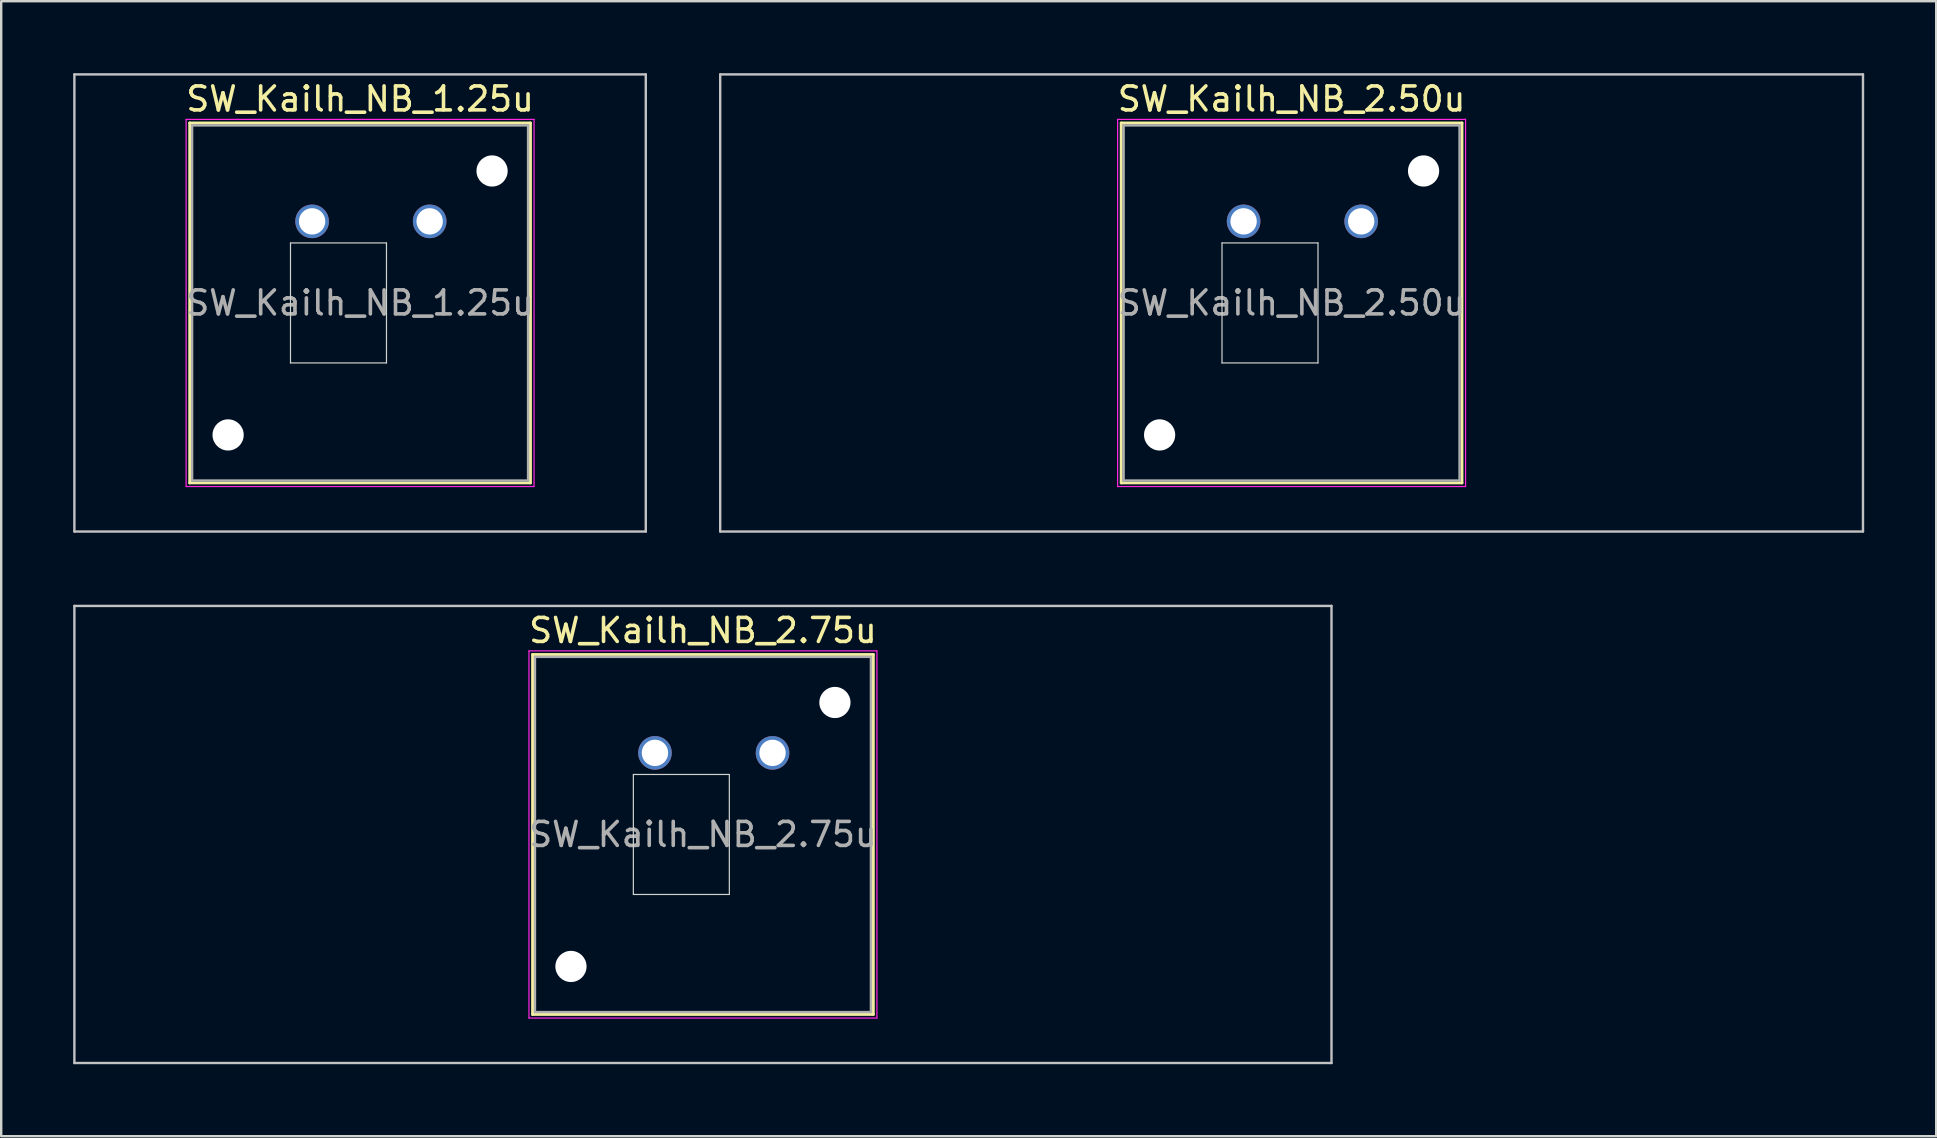
<source format=kicad_pcb>
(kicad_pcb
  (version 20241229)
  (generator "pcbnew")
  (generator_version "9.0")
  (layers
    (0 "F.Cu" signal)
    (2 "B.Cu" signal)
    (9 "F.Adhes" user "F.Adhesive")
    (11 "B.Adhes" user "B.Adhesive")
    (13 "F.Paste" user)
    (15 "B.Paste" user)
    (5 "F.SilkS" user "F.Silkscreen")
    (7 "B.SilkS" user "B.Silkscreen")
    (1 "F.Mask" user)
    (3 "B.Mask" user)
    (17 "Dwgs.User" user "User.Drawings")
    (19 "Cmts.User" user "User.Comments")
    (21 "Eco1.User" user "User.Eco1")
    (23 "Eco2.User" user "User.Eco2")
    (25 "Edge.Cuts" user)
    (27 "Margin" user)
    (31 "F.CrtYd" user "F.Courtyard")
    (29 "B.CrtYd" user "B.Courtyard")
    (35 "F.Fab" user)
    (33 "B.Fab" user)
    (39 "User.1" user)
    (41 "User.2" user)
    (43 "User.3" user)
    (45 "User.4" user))
  (footprint "SW_Kailh_NB_2.50u"
    (layer "F.Cu")
    (at 50.775 9.575)
    (property "Reference" "SW_Kailh_NB_2.50u" (at 0 -8.5 0) (layer "F.SilkS") (effects (font (size 1 1) (thickness 0.15))))
    (attr through_hole)
    (fp_line (start -7.1 -7.5) (end -7.1 7.5) (stroke (width 0.12) (type solid)) (layer "F.SilkS"))
    (fp_line (start -7.1 7.5) (end 7.1 7.5) (stroke (width 0.12) (type solid)) (layer "F.SilkS"))
    (fp_line (start 7.1 -7.5) (end -7.1 -7.5) (stroke (width 0.12) (type solid)) (layer "F.SilkS"))
    (fp_line (start 7.1 7.5) (end 7.1 -7.5) (stroke (width 0.12) (type solid)) (layer "F.SilkS"))
    (fp_line (start -23.812 -9.525) (end -23.812 9.525) (stroke (width 0.1) (type solid)) (layer "Dwgs.User"))
    (fp_line (start -23.812 9.525) (end 23.812 9.525) (stroke (width 0.1) (type solid)) (layer "Dwgs.User"))
    (fp_line (start 23.812 -9.525) (end -23.812 -9.525) (stroke (width 0.1) (type solid)) (layer "Dwgs.User"))
    (fp_line (start 23.812 9.525) (end 23.812 -9.525) (stroke (width 0.1) (type solid)) (layer "Dwgs.User"))
    (fp_line (start -2.9 -2.5) (end 1.1 -2.5) (stroke (width 0.05) (type solid)) (layer "Edge.Cuts"))
    (fp_line (start -2.9 2.5) (end -2.9 -2.5) (stroke (width 0.05) (type solid)) (layer "Edge.Cuts"))
    (fp_line (start 1.1 -2.5) (end 1.1 2.5) (stroke (width 0.05) (type solid)) (layer "Edge.Cuts"))
    (fp_line (start 1.1 2.5) (end -2.9 2.5) (stroke (width 0.05) (type solid)) (layer "Edge.Cuts"))
    (fp_line (start -7.25 -7.65) (end -7.25 7.65) (stroke (width 0.05) (type solid)) (layer "F.CrtYd"))
    (fp_line (start -7.25 7.65) (end 7.25 7.65) (stroke (width 0.05) (type solid)) (layer "F.CrtYd"))
    (fp_line (start 7.25 -7.65) (end -7.25 -7.65) (stroke (width 0.05) (type solid)) (layer "F.CrtYd"))
    (fp_line (start 7.25 7.65) (end 7.25 -7.65) (stroke (width 0.05) (type solid)) (layer "F.CrtYd"))
    (fp_line (start -7 -7.4) (end -7 7.4) (stroke (width 0.1) (type solid)) (layer "F.Fab"))
    (fp_line (start -7 7.4) (end 7 7.4) (stroke (width 0.1) (type solid)) (layer "F.Fab"))
    (fp_line (start 7 -7.4) (end -7 -7.4) (stroke (width 0.1) (type solid)) (layer "F.Fab"))
    (fp_line (start 7 7.4) (end 7 -7.4) (stroke (width 0.1) (type solid)) (layer "F.Fab"))
    (fp_text user "${REFERENCE}" (at 0 0 0) (layer "F.Fab") (effects (font (size 1 1) (thickness 0.15))))
    (pad "" np_thru_hole circle (at -5.5 5.5) (size 1.3 1.3) (drill 1.3) (layers "*.Cu" "*.Mask"))
    (pad "" smd circle (at -2 -3.4) (size 1.15 1.15) (layers "F.Mask"))
    (pad "" smd circle (at 2.9 -3.4) (size 1.15 1.15) (layers "F.Mask"))
    (pad "" np_thru_hole circle (at 5.5 -5.5) (size 1.3 1.3) (drill 1.3) (layers "*.Cu" "*.Mask"))
    (pad "1" thru_hole circle (at -2 -3.4) (size 1.4 1.4) (drill 1.1) (layers "*.Cu" "B.Mask"))
    (pad "2" thru_hole circle (at 2.9 -3.4) (size 1.4 1.4) (drill 1.1) (layers "*.Cu" "B.Mask")))
  (footprint "SW_Kailh_NB_1.25u"
    (layer "F.Cu")
    (at 11.956 9.575)
    (property "Reference" "SW_Kailh_NB_1.25u" (at 0 -8.5 0) (layer "F.SilkS") (effects (font (size 1 1) (thickness 0.15))))
    (attr through_hole)
    (fp_line (start -7.1 -7.5) (end -7.1 7.5) (stroke (width 0.12) (type solid)) (layer "F.SilkS"))
    (fp_line (start -7.1 7.5) (end 7.1 7.5) (stroke (width 0.12) (type solid)) (layer "F.SilkS"))
    (fp_line (start 7.1 -7.5) (end -7.1 -7.5) (stroke (width 0.12) (type solid)) (layer "F.SilkS"))
    (fp_line (start 7.1 7.5) (end 7.1 -7.5) (stroke (width 0.12) (type solid)) (layer "F.SilkS"))
    (fp_line (start -11.906 -9.525) (end -11.906 9.525) (stroke (width 0.1) (type solid)) (layer "Dwgs.User"))
    (fp_line (start -11.906 9.525) (end 11.906 9.525) (stroke (width 0.1) (type solid)) (layer "Dwgs.User"))
    (fp_line (start 11.906 -9.525) (end -11.906 -9.525) (stroke (width 0.1) (type solid)) (layer "Dwgs.User"))
    (fp_line (start 11.906 9.525) (end 11.906 -9.525) (stroke (width 0.1) (type solid)) (layer "Dwgs.User"))
    (fp_line (start -2.9 -2.5) (end 1.1 -2.5) (stroke (width 0.05) (type solid)) (layer "Edge.Cuts"))
    (fp_line (start -2.9 2.5) (end -2.9 -2.5) (stroke (width 0.05) (type solid)) (layer "Edge.Cuts"))
    (fp_line (start 1.1 -2.5) (end 1.1 2.5) (stroke (width 0.05) (type solid)) (layer "Edge.Cuts"))
    (fp_line (start 1.1 2.5) (end -2.9 2.5) (stroke (width 0.05) (type solid)) (layer "Edge.Cuts"))
    (fp_line (start -7.25 -7.65) (end -7.25 7.65) (stroke (width 0.05) (type solid)) (layer "F.CrtYd"))
    (fp_line (start -7.25 7.65) (end 7.25 7.65) (stroke (width 0.05) (type solid)) (layer "F.CrtYd"))
    (fp_line (start 7.25 -7.65) (end -7.25 -7.65) (stroke (width 0.05) (type solid)) (layer "F.CrtYd"))
    (fp_line (start 7.25 7.65) (end 7.25 -7.65) (stroke (width 0.05) (type solid)) (layer "F.CrtYd"))
    (fp_line (start -7 -7.4) (end -7 7.4) (stroke (width 0.1) (type solid)) (layer "F.Fab"))
    (fp_line (start -7 7.4) (end 7 7.4) (stroke (width 0.1) (type solid)) (layer "F.Fab"))
    (fp_line (start 7 -7.4) (end -7 -7.4) (stroke (width 0.1) (type solid)) (layer "F.Fab"))
    (fp_line (start 7 7.4) (end 7 -7.4) (stroke (width 0.1) (type solid)) (layer "F.Fab"))
    (fp_text user "${REFERENCE}" (at 0 0 0) (layer "F.Fab") (effects (font (size 1 1) (thickness 0.15))))
    (pad "" np_thru_hole circle (at -5.5 5.5) (size 1.3 1.3) (drill 1.3) (layers "*.Cu" "*.Mask"))
    (pad "" smd circle (at -2 -3.4) (size 1.15 1.15) (layers "F.Mask"))
    (pad "" smd circle (at 2.9 -3.4) (size 1.15 1.15) (layers "F.Mask"))
    (pad "" np_thru_hole circle (at 5.5 -5.5) (size 1.3 1.3) (drill 1.3) (layers "*.Cu" "*.Mask"))
    (pad "1" thru_hole circle (at -2 -3.4) (size 1.4 1.4) (drill 1.1) (layers "*.Cu" "B.Mask"))
    (pad "2" thru_hole circle (at 2.9 -3.4) (size 1.4 1.4) (drill 1.1) (layers "*.Cu" "B.Mask")))
  (footprint "SW_Kailh_NB_2.75u"
    (layer "F.Cu")
    (at 26.244 31.725)
    (property "Reference" "SW_Kailh_NB_2.75u" (at 0 -8.5 0) (layer "F.SilkS") (effects (font (size 1 1) (thickness 0.15))))
    (attr through_hole)
    (fp_line (start -7.1 -7.5) (end -7.1 7.5) (stroke (width 0.12) (type solid)) (layer "F.SilkS"))
    (fp_line (start -7.1 7.5) (end 7.1 7.5) (stroke (width 0.12) (type solid)) (layer "F.SilkS"))
    (fp_line (start 7.1 -7.5) (end -7.1 -7.5) (stroke (width 0.12) (type solid)) (layer "F.SilkS"))
    (fp_line (start 7.1 7.5) (end 7.1 -7.5) (stroke (width 0.12) (type solid)) (layer "F.SilkS"))
    (fp_line (start -26.194 -9.525) (end -26.194 9.525) (stroke (width 0.1) (type solid)) (layer "Dwgs.User"))
    (fp_line (start -26.194 9.525) (end 26.194 9.525) (stroke (width 0.1) (type solid)) (layer "Dwgs.User"))
    (fp_line (start 26.194 -9.525) (end -26.194 -9.525) (stroke (width 0.1) (type solid)) (layer "Dwgs.User"))
    (fp_line (start 26.194 9.525) (end 26.194 -9.525) (stroke (width 0.1) (type solid)) (layer "Dwgs.User"))
    (fp_line (start -2.9 -2.5) (end 1.1 -2.5) (stroke (width 0.05) (type solid)) (layer "Edge.Cuts"))
    (fp_line (start -2.9 2.5) (end -2.9 -2.5) (stroke (width 0.05) (type solid)) (layer "Edge.Cuts"))
    (fp_line (start 1.1 -2.5) (end 1.1 2.5) (stroke (width 0.05) (type solid)) (layer "Edge.Cuts"))
    (fp_line (start 1.1 2.5) (end -2.9 2.5) (stroke (width 0.05) (type solid)) (layer "Edge.Cuts"))
    (fp_line (start -7.25 -7.65) (end -7.25 7.65) (stroke (width 0.05) (type solid)) (layer "F.CrtYd"))
    (fp_line (start -7.25 7.65) (end 7.25 7.65) (stroke (width 0.05) (type solid)) (layer "F.CrtYd"))
    (fp_line (start 7.25 -7.65) (end -7.25 -7.65) (stroke (width 0.05) (type solid)) (layer "F.CrtYd"))
    (fp_line (start 7.25 7.65) (end 7.25 -7.65) (stroke (width 0.05) (type solid)) (layer "F.CrtYd"))
    (fp_line (start -7 -7.4) (end -7 7.4) (stroke (width 0.1) (type solid)) (layer "F.Fab"))
    (fp_line (start -7 7.4) (end 7 7.4) (stroke (width 0.1) (type solid)) (layer "F.Fab"))
    (fp_line (start 7 -7.4) (end -7 -7.4) (stroke (width 0.1) (type solid)) (layer "F.Fab"))
    (fp_line (start 7 7.4) (end 7 -7.4) (stroke (width 0.1) (type solid)) (layer "F.Fab"))
    (fp_text user "${REFERENCE}" (at 0 0 0) (layer "F.Fab") (effects (font (size 1 1) (thickness 0.15))))
    (pad "" np_thru_hole circle (at -5.5 5.5) (size 1.3 1.3) (drill 1.3) (layers "*.Cu" "*.Mask"))
    (pad "" smd circle (at -2 -3.4) (size 1.15 1.15) (layers "F.Mask"))
    (pad "" smd circle (at 2.9 -3.4) (size 1.15 1.15) (layers "F.Mask"))
    (pad "" np_thru_hole circle (at 5.5 -5.5) (size 1.3 1.3) (drill 1.3) (layers "*.Cu" "*.Mask"))
    (pad "1" thru_hole circle (at -2 -3.4) (size 1.4 1.4) (drill 1.1) (layers "*.Cu" "B.Mask"))
    (pad "2" thru_hole circle (at 2.9 -3.4) (size 1.4 1.4) (drill 1.1) (layers "*.Cu" "B.Mask")))
  (gr_rect
    (start -3 -3)
    (end 77.638 44.3)
    (stroke (width 0.1) (type default))
    (fill no)
    (layer "Edge.Cuts")))
</source>
